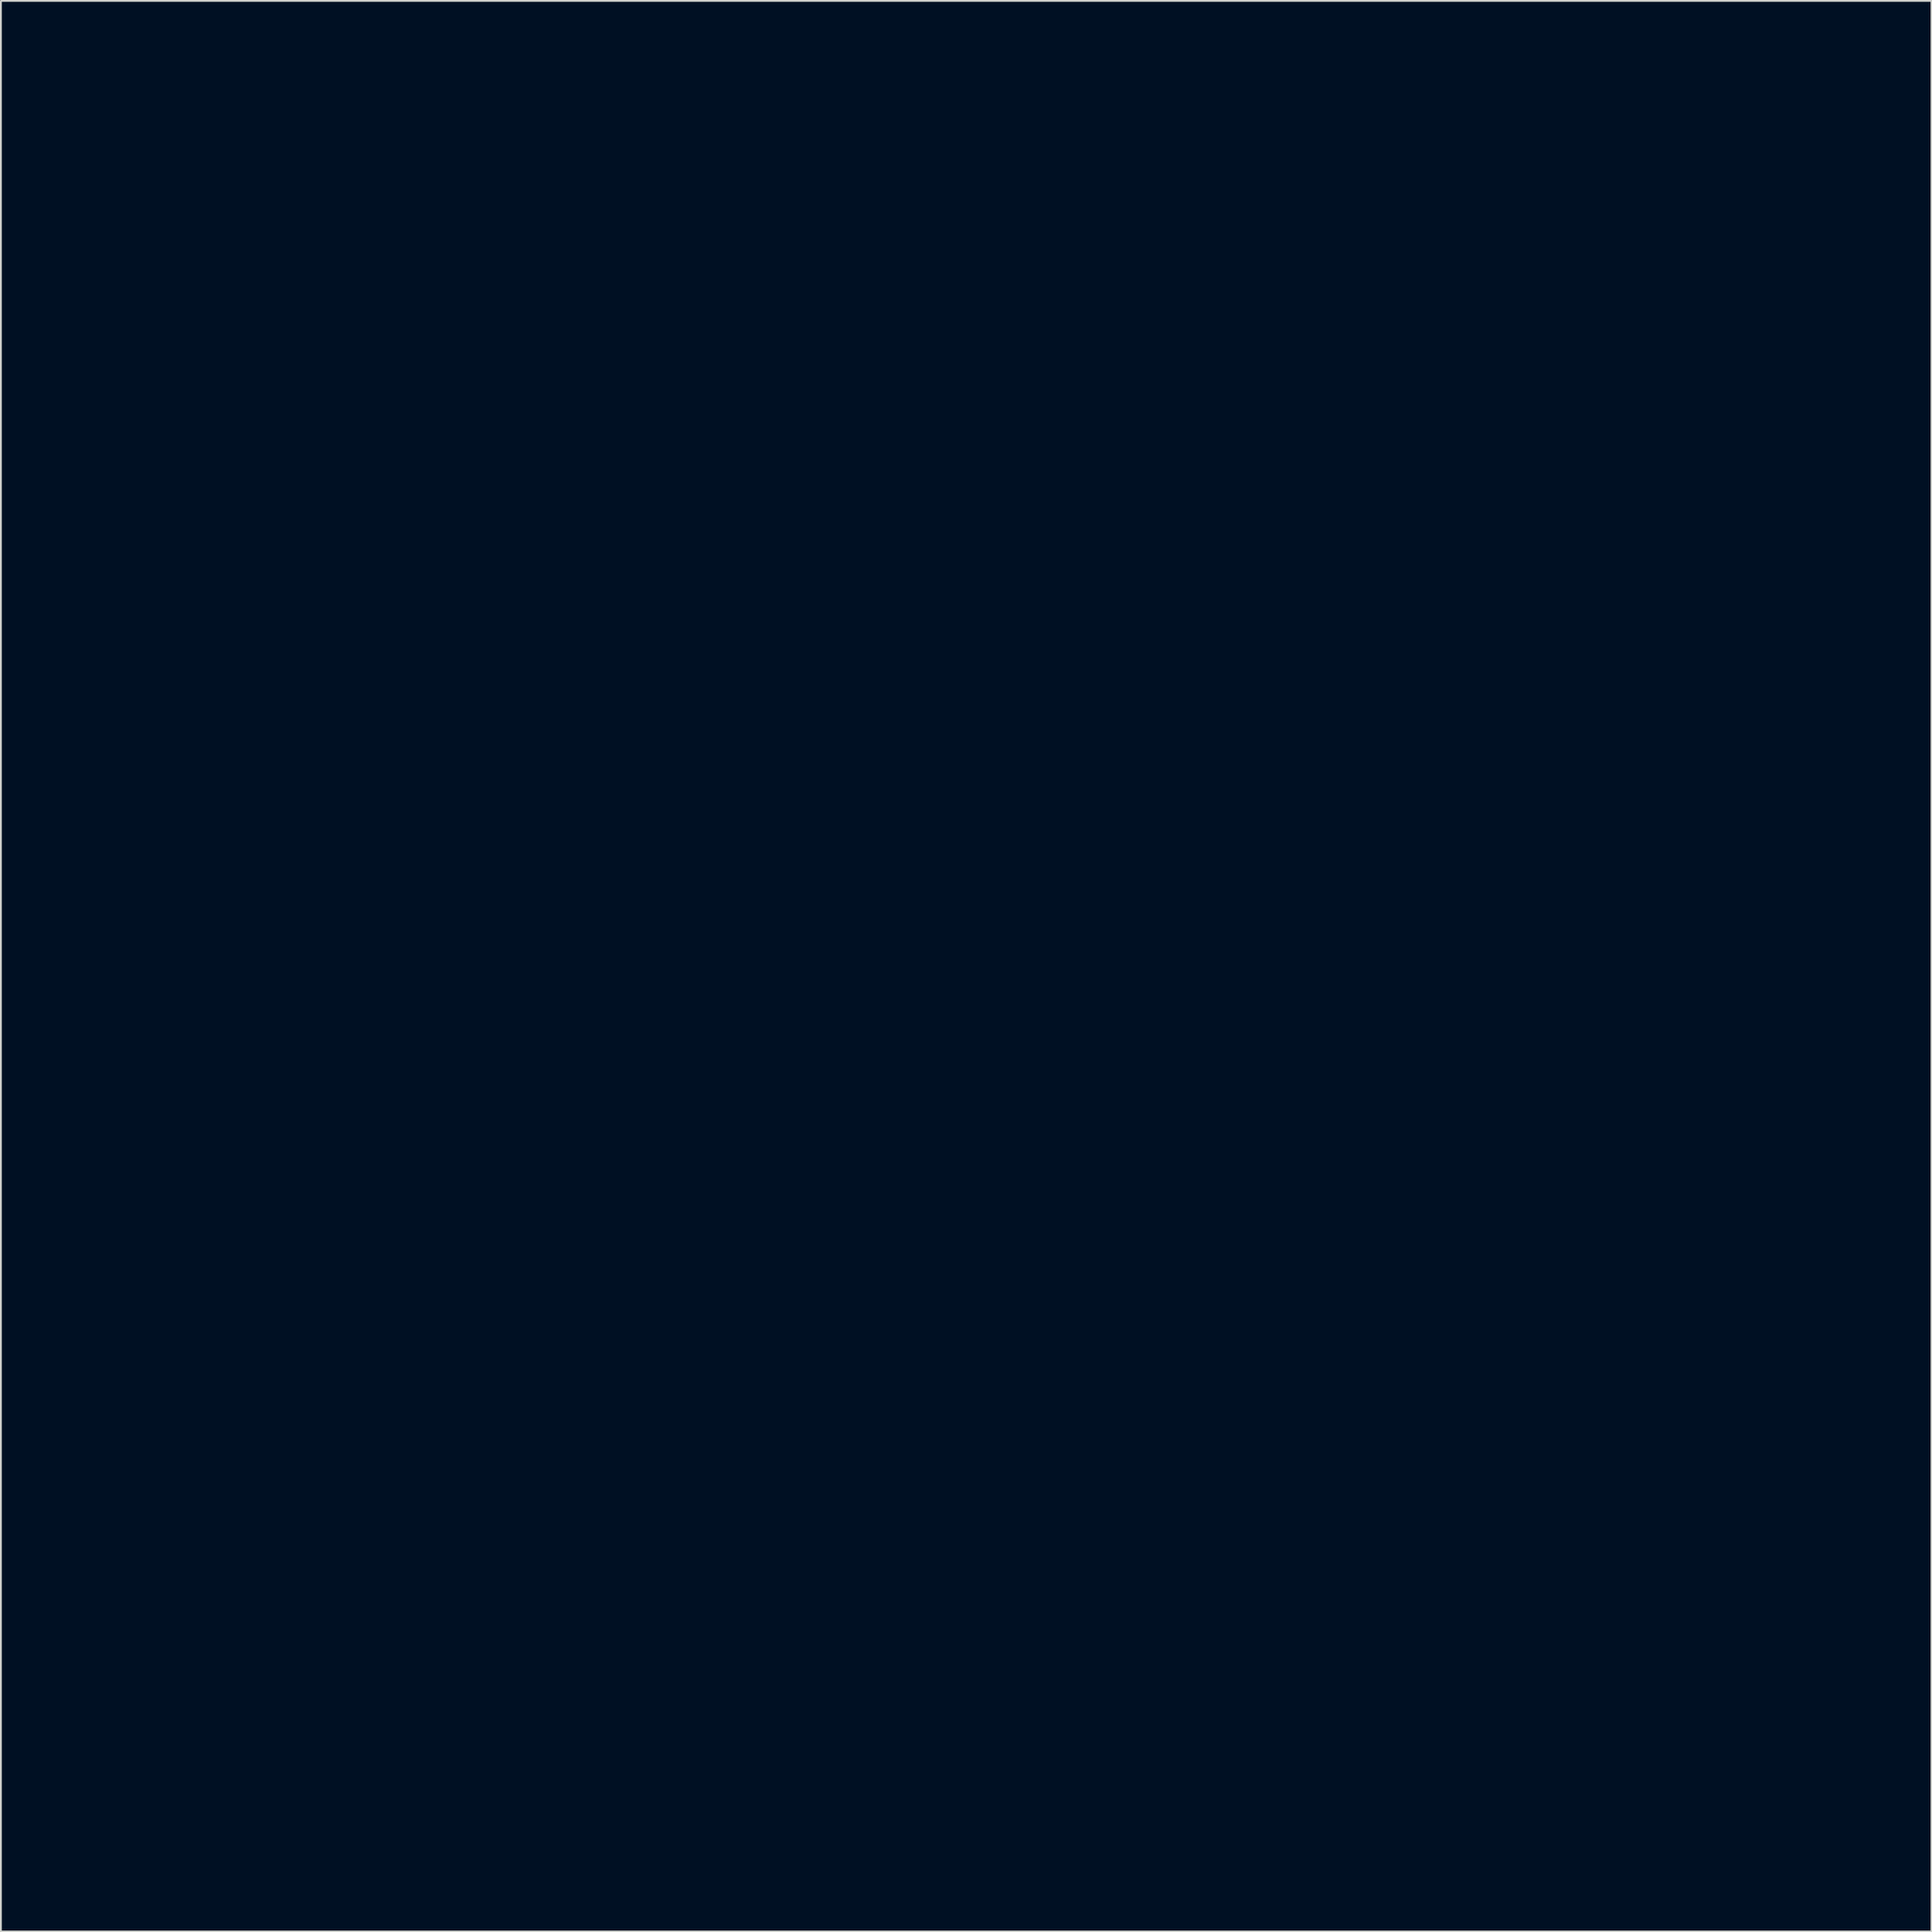
<source format=kicad_pcb>
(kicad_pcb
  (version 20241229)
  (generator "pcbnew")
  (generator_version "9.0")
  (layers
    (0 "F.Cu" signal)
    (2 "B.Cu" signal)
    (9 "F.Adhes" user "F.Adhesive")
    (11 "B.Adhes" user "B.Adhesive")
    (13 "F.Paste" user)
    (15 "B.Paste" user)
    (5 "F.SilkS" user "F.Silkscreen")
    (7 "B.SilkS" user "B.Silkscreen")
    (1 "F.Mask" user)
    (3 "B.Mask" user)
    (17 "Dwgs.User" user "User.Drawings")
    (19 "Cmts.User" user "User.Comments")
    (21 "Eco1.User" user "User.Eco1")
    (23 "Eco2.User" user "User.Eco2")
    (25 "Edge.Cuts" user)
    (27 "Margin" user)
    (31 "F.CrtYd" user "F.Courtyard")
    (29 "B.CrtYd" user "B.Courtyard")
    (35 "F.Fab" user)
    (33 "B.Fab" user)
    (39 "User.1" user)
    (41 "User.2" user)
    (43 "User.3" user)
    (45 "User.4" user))
  (footprint "mx2u_mask_b_fix_edit"
    (layer "F.Cu")
    (at 50.022 50.022)
    (property "Reference" "mx2u_mask_b_fix_edit" (at 0 0 0) (layer "B.Mask") (effects (font (size 1.524 1.524) (thickness 0.3))))
    (attr through_hole)
    (fp_poly (pts (xy -48.02 -48.02) (xy -50.017 -48.02) (xy -50.017 -50.017) (xy -48.02 -50.017) (xy -48.02 -48.02)) (stroke (width 0.01) (type solid)) (fill yes) (layer "B.Mask"))
    (fp_poly (pts (xy -48.02 50.017) (xy -50.017 50.017) (xy -50.017 48.02) (xy -48.02 48.02) (xy -48.02 50.017)) (stroke (width 0.01) (type solid)) (fill yes) (layer "B.Mask"))
    (fp_poly (pts (xy 30.025 28.913) (xy 29.267 28.913) (xy 29.28 24.402) (xy 30.012 24.402) (xy 30.025 28.913)) (stroke (width 0.01) (type solid)) (fill yes) (layer "B.Mask"))
    (fp_poly (pts (xy 50.017 -48.02) (xy 48.02 -48.02) (xy 48.02 -50.017) (xy 50.017 -50.017) (xy 50.017 -48.02)) (stroke (width 0.01) (type solid)) (fill yes) (layer "B.Mask"))
    (fp_poly (pts (xy 50.017 50.017) (xy 48.02 50.017) (xy 48.02 48.02) (xy 50.017 48.02) (xy 50.017 50.017)) (stroke (width 0.01) (type solid)) (fill yes) (layer "B.Mask"))
    (fp_poly (pts (xy -7.781 -5.503) (xy -7.765 -5.396) (xy -7.754 -5.253) (xy -7.748 -5.088) (xy -7.748 -4.916) (xy -7.753 -4.752) (xy -7.763 -4.608) (xy -7.779 -4.499) (xy -7.78 -4.492) (xy -7.813 -4.347) (xy -12.204 -4.347) (xy -12.236 -4.492) (xy -12.252 -4.598) (xy -12.263 -4.74) (xy -12.268 -4.904) (xy -12.268 -5.075) (xy -12.263 -5.241) (xy -12.253 -5.386) (xy -12.237 -5.497) (xy -12.235 -5.503) (xy -12.2 -5.661) (xy -7.816 -5.661) (xy -7.781 -5.503)) (stroke (width 0.01) (type solid)) (fill yes) (layer "B.Mask"))
    (fp_poly (pts (xy -14.906 1.606) (xy -14.839 1.617) (xy -14.738 1.635) (xy -14.611 1.659) (xy -14.465 1.686) (xy -14.308 1.715) (xy -14.149 1.745) (xy -13.994 1.775) (xy -13.852 1.802) (xy -13.73 1.826) (xy -13.636 1.845) (xy -13.578 1.858) (xy -13.576 1.858) (xy -13.538 1.879) (xy -13.549 1.91) (xy -13.608 1.951) (xy -13.705 1.998) (xy -13.833 2.037) (xy -13.985 2.061) (xy -14.142 2.068) (xy -14.288 2.057) (xy -14.404 2.028) (xy -14.406 2.027) (xy -14.61 1.922) (xy -14.781 1.784) (xy -14.832 1.73) (xy -14.885 1.667) (xy -14.921 1.621) (xy -14.931 1.603) (xy -14.906 1.606)) (stroke (width 0.01) (type solid)) (fill yes) (layer "B.Mask"))
    (fp_poly (pts (xy -17.81 -20.738) (xy -17.74 -20.73) (xy -17.63 -20.715) (xy -17.487 -20.695) (xy -17.315 -20.671) (xy -17.12 -20.644) (xy -16.906 -20.613) (xy -16.833 -20.603) (xy -15.837 -20.459) (xy -15.744 -20.086) (xy -15.708 -19.942) (xy -15.685 -19.84) (xy -15.673 -19.774) (xy -15.672 -19.735) (xy -15.68 -19.719) (xy -15.692 -19.716) (xy -15.725 -19.72) (xy -15.803 -19.731) (xy -15.919 -19.747) (xy -16.069 -19.769) (xy -16.246 -19.794) (xy -16.445 -19.822) (xy -16.659 -19.853) (xy -16.71 -19.861) (xy -17.687 -20.002) (xy -17.741 -20.208) (xy -17.765 -20.307) (xy -17.789 -20.417) (xy -17.81 -20.527) (xy -17.826 -20.625) (xy -17.836 -20.699) (xy -17.836 -20.738) (xy -17.835 -20.741) (xy -17.81 -20.738)) (stroke (width 0.01) (type solid)) (fill yes) (layer "B.Mask"))
    (fp_poly (pts (xy -14.517 -20.264) (xy -14.411 -20.252) (xy -14.275 -20.236) (xy -14.114 -20.214) (xy -13.935 -20.19) (xy -13.901 -20.185) (xy -13.682 -20.153) (xy -13.51 -20.127) (xy -13.381 -20.105) (xy -13.291 -20.087) (xy -13.238 -20.072) (xy -13.217 -20.06) (xy -13.218 -20.055) (xy -13.252 -20.027) (xy -13.316 -19.986) (xy -13.376 -19.952) (xy -13.441 -19.919) (xy -13.501 -19.897) (xy -13.569 -19.883) (xy -13.661 -19.875) (xy -13.787 -19.87) (xy -13.909 -19.867) (xy -13.996 -19.867) (xy -14.061 -19.875) (xy -14.12 -19.893) (xy -14.186 -19.922) (xy -14.247 -19.953) (xy -14.34 -20.007) (xy -14.432 -20.073) (xy -14.514 -20.143) (xy -14.575 -20.208) (xy -14.606 -20.259) (xy -14.608 -20.269) (xy -14.584 -20.27) (xy -14.517 -20.264)) (stroke (width 0.01) (type solid)) (fill yes) (layer "B.Mask"))
    (fp_poly (pts (xy 28.534 26.638) (xy 28.534 26.99) (xy 28.533 27.315) (xy 28.531 27.611) (xy 28.53 27.874) (xy 28.527 28.104) (xy 28.525 28.296) (xy 28.521 28.447) (xy 28.518 28.556) (xy 28.514 28.619) (xy 28.511 28.635) (xy 28.482 28.621) (xy 28.423 28.582) (xy 28.343 28.526) (xy 28.29 28.487) (xy 28.057 28.293) (xy 27.872 28.097) (xy 27.83 28.044) (xy 27.818 28.027) (xy 27.808 28.009) (xy 27.8 27.984) (xy 27.793 27.949) (xy 27.788 27.9) (xy 27.783 27.832) (xy 27.78 27.741) (xy 27.778 27.623) (xy 27.777 27.473) (xy 27.776 27.287) (xy 27.776 27.062) (xy 27.776 26.792) (xy 27.776 26.65) (xy 27.776 25.328) (xy 27.913 25.161) (xy 28.107 24.955) (xy 28.326 24.775) (xy 28.427 24.708) (xy 28.534 24.641) (xy 28.534 26.638)) (stroke (width 0.01) (type solid)) (fill yes) (layer "B.Mask"))
    (fp_poly (pts (xy -15.282 6.703) (xy -15.204 6.717) (xy -15.091 6.738) (xy -14.949 6.766) (xy -14.784 6.799) (xy -14.604 6.835) (xy -14.415 6.874) (xy -14.224 6.914) (xy -14.036 6.953) (xy -13.859 6.99) (xy -13.699 7.024) (xy -13.563 7.054) (xy -13.457 7.078) (xy -13.387 7.095) (xy -13.361 7.103) (xy -13.367 7.129) (xy -13.398 7.189) (xy -13.448 7.275) (xy -13.514 7.38) (xy -13.551 7.435) (xy -13.761 7.748) (xy -14.76 7.544) (xy -14.977 7.499) (xy -15.177 7.457) (xy -15.356 7.418) (xy -15.508 7.384) (xy -15.628 7.356) (xy -15.711 7.335) (xy -15.751 7.322) (xy -15.754 7.32) (xy -15.737 7.283) (xy -15.697 7.217) (xy -15.641 7.13) (xy -15.575 7.033) (xy -15.506 6.934) (xy -15.439 6.842) (xy -15.381 6.766) (xy -15.339 6.715) (xy -15.319 6.698) (xy -15.282 6.703)) (stroke (width 0.01) (type solid)) (fill yes) (layer "B.Mask"))
    (fp_poly (pts (xy 30.865 24.708) (xy 31.09 24.871) (xy 31.298 25.068) (xy 31.379 25.161) (xy 31.516 25.328) (xy 31.516 26.65) (xy 31.516 26.944) (xy 31.517 27.193) (xy 31.517 27.4) (xy 31.515 27.57) (xy 31.512 27.707) (xy 31.507 27.817) (xy 31.498 27.903) (xy 31.487 27.969) (xy 31.471 28.022) (xy 31.45 28.064) (xy 31.423 28.101) (xy 31.391 28.137) (xy 31.352 28.177) (xy 31.306 28.224) (xy 31.304 28.228) (xy 31.245 28.284) (xy 31.166 28.353) (xy 31.076 28.428) (xy 30.983 28.501) (xy 30.898 28.564) (xy 30.829 28.611) (xy 30.787 28.634) (xy 30.781 28.635) (xy 30.777 28.61) (xy 30.773 28.538) (xy 30.77 28.42) (xy 30.767 28.26) (xy 30.764 28.06) (xy 30.762 27.824) (xy 30.76 27.553) (xy 30.759 27.251) (xy 30.758 26.921) (xy 30.758 26.638) (xy 30.758 24.641) (xy 30.865 24.708)) (stroke (width 0.01) (type solid)) (fill yes) (layer "B.Mask"))
    (fp_poly (pts (xy -12.852 4.628) (xy -12.633 4.671) (xy -12.431 4.711) (xy -12.25 4.747) (xy -12.095 4.779) (xy -11.972 4.804) (xy -11.886 4.822) (xy -11.843 4.832) (xy -11.838 4.834) (xy -11.848 4.857) (xy -11.881 4.913) (xy -11.931 4.992) (xy -11.993 5.087) (xy -12.061 5.187) (xy -12.128 5.285) (xy -12.189 5.372) (xy -12.238 5.439) (xy -12.27 5.476) (xy -12.277 5.482) (xy -12.305 5.476) (xy -12.377 5.462) (xy -12.488 5.44) (xy -12.633 5.412) (xy -12.805 5.378) (xy -13 5.339) (xy -13.211 5.297) (xy -13.275 5.284) (xy -13.49 5.241) (xy -13.689 5.201) (xy -13.867 5.164) (xy -14.019 5.133) (xy -14.138 5.107) (xy -14.221 5.089) (xy -14.26 5.079) (xy -14.263 5.078) (xy -14.253 5.055) (xy -14.22 4.996) (xy -14.168 4.911) (xy -14.101 4.806) (xy -14.064 4.749) (xy -13.856 4.43) (xy -12.852 4.628)) (stroke (width 0.01) (type solid)) (fill yes) (layer "B.Mask"))
    (fp_poly (pts (xy -12.152 2.134) (xy -12.088 2.146) (xy -11.983 2.166) (xy -11.842 2.194) (xy -11.673 2.226) (xy -11.484 2.263) (xy -11.281 2.302) (xy -11.154 2.326) (xy -10.316 2.488) (xy -10.392 2.637) (xy -10.445 2.736) (xy -10.513 2.851) (xy -10.581 2.958) (xy -10.583 2.961) (xy -10.642 3.047) (xy -10.685 3.099) (xy -10.722 3.124) (xy -10.761 3.131) (xy -10.777 3.131) (xy -10.819 3.126) (xy -10.904 3.111) (xy -11.028 3.089) (xy -11.182 3.061) (xy -11.362 3.027) (xy -11.561 2.989) (xy -11.774 2.947) (xy -11.784 2.945) (xy -11.994 2.903) (xy -12.188 2.865) (xy -12.36 2.83) (xy -12.506 2.8) (xy -12.619 2.776) (xy -12.693 2.759) (xy -12.725 2.751) (xy -12.725 2.751) (xy -12.716 2.727) (xy -12.683 2.669) (xy -12.63 2.584) (xy -12.563 2.48) (xy -12.524 2.421) (xy -12.311 2.103) (xy -12.152 2.134)) (stroke (width 0.01) (type solid)) (fill yes) (layer "B.Mask"))
    (fp_poly (pts (xy -16.027 7.846) (xy -15.988 7.854) (xy -15.905 7.87) (xy -15.784 7.893) (xy -15.631 7.923) (xy -15.452 7.956) (xy -15.254 7.994) (xy -15.041 8.034) (xy -15.028 8.037) (xy -14.818 8.077) (xy -14.623 8.114) (xy -14.451 8.148) (xy -14.305 8.177) (xy -14.191 8.2) (xy -14.116 8.216) (xy -14.085 8.224) (xy -14.084 8.224) (xy -14.092 8.249) (xy -14.124 8.306) (xy -14.175 8.386) (xy -14.238 8.48) (xy -14.307 8.579) (xy -14.377 8.675) (xy -14.44 8.76) (xy -14.492 8.824) (xy -14.525 8.858) (xy -14.532 8.862) (xy -14.566 8.858) (xy -14.643 8.846) (xy -14.756 8.826) (xy -14.9 8.8) (xy -15.067 8.769) (xy -15.251 8.735) (xy -15.316 8.722) (xy -16.061 8.579) (xy -16.105 8.453) (xy -16.144 8.259) (xy -16.138 8.048) (xy -16.122 7.961) (xy -16.104 7.886) (xy -16.086 7.85) (xy -16.059 7.841) (xy -16.027 7.846)) (stroke (width 0.01) (type solid)) (fill yes) (layer "B.Mask"))
    (fp_poly (pts (xy -0.164 4.057) (xy 0.152 4.117) (xy 0.457 4.225) (xy 0.699 4.351) (xy 0.848 4.452) (xy 1 4.574) (xy 1.142 4.706) (xy 1.26 4.835) (xy 1.308 4.898) (xy 1.415 5.052) (xy 1.207 5.115) (xy 0.939 5.196) (xy 0.715 5.263) (xy 0.529 5.318) (xy 0.378 5.363) (xy 0.255 5.397) (xy 0.156 5.424) (xy 0.077 5.443) (xy 0.011 5.456) (xy -0.045 5.465) (xy -0.096 5.471) (xy -0.147 5.474) (xy -0.19 5.476) (xy -0.305 5.479) (xy -0.386 5.475) (xy -0.447 5.463) (xy -0.502 5.439) (xy -0.518 5.431) (xy -0.687 5.317) (xy -0.842 5.163) (xy -0.987 4.966) (xy -1.11 4.753) (xy -1.163 4.645) (xy -1.214 4.53) (xy -1.26 4.419) (xy -1.294 4.325) (xy -1.312 4.26) (xy -1.314 4.244) (xy -1.292 4.227) (xy -1.234 4.201) (xy -1.156 4.172) (xy -0.82 4.085) (xy -0.489 4.046) (xy -0.164 4.057)) (stroke (width 0.01) (type solid)) (fill yes) (layer "B.Mask"))
    (fp_poly (pts (xy -14.599 5.599) (xy -14.532 5.611) (xy -14.428 5.631) (xy -14.294 5.657) (xy -14.136 5.687) (xy -13.96 5.721) (xy -13.774 5.757) (xy -13.584 5.795) (xy -13.395 5.832) (xy -13.215 5.867) (xy -13.05 5.9) (xy -12.907 5.928) (xy -12.791 5.951) (xy -12.72 5.966) (xy -12.588 5.993) (xy -12.806 6.32) (xy -12.882 6.432) (xy -12.948 6.527) (xy -12.999 6.598) (xy -13.031 6.638) (xy -13.039 6.644) (xy -13.066 6.639) (xy -13.138 6.625) (xy -13.248 6.603) (xy -13.392 6.574) (xy -13.563 6.54) (xy -13.758 6.502) (xy -13.969 6.46) (xy -14.033 6.447) (xy -14.248 6.404) (xy -14.448 6.363) (xy -14.627 6.326) (xy -14.779 6.294) (xy -14.9 6.268) (xy -14.983 6.249) (xy -15.024 6.238) (xy -15.027 6.237) (xy -15.017 6.213) (xy -14.986 6.157) (xy -14.937 6.076) (xy -14.878 5.979) (xy -14.812 5.876) (xy -14.747 5.775) (xy -14.687 5.684) (xy -14.638 5.614) (xy -14.623 5.595) (xy -14.599 5.599)) (stroke (width 0.01) (type solid)) (fill yes) (layer "B.Mask"))
    (fp_poly (pts (xy -17.149 -18.038) (xy -17.079 -18.031) (xy -16.973 -18.019) (xy -16.835 -18.002) (xy -16.674 -17.981) (xy -16.496 -17.958) (xy -16.307 -17.934) (xy -16.114 -17.908) (xy -15.923 -17.882) (xy -15.741 -17.857) (xy -15.574 -17.834) (xy -15.43 -17.813) (xy -15.314 -17.796) (xy -15.234 -17.783) (xy -15.201 -17.776) (xy -15.179 -17.765) (xy -15.158 -17.736) (xy -15.136 -17.683) (xy -15.11 -17.598) (xy -15.078 -17.474) (xy -15.059 -17.399) (xy -14.969 -17.034) (xy -15.047 -17.037) (xy -15.09 -17.042) (xy -15.176 -17.052) (xy -15.301 -17.068) (xy -15.456 -17.09) (xy -15.638 -17.114) (xy -15.838 -17.143) (xy -16.052 -17.173) (xy -16.056 -17.174) (xy -16.267 -17.204) (xy -16.461 -17.232) (xy -16.634 -17.258) (xy -16.779 -17.28) (xy -16.892 -17.298) (xy -16.965 -17.31) (xy -16.995 -17.316) (xy -16.996 -17.316) (xy -17.008 -17.345) (xy -17.028 -17.412) (xy -17.053 -17.506) (xy -17.082 -17.616) (xy -17.111 -17.732) (xy -17.138 -17.843) (xy -17.159 -17.938) (xy -17.173 -18.006) (xy -17.176 -18.038) (xy -17.176 -18.039) (xy -17.149 -18.038)) (stroke (width 0.01) (type solid)) (fill yes) (layer "B.Mask"))
    (fp_poly (pts (xy -16.141 -14.116) (xy -16.104 -14.11) (xy -16.023 -14.097) (xy -15.904 -14.08) (xy -15.753 -14.057) (xy -15.577 -14.032) (xy -15.38 -14.004) (xy -15.189 -13.976) (xy -14.98 -13.946) (xy -14.785 -13.918) (xy -14.61 -13.893) (xy -14.462 -13.871) (xy -14.345 -13.854) (xy -14.268 -13.842) (xy -14.235 -13.836) (xy -14.2 -13.821) (xy -14.183 -13.786) (xy -14.179 -13.716) (xy -14.179 -13.711) (xy -14.189 -13.614) (xy -14.218 -13.505) (xy -14.261 -13.395) (xy -14.311 -13.293) (xy -14.364 -13.21) (xy -14.415 -13.158) (xy -14.451 -13.145) (xy -14.486 -13.149) (xy -14.565 -13.16) (xy -14.68 -13.177) (xy -14.825 -13.198) (xy -14.993 -13.223) (xy -15.177 -13.251) (xy -15.215 -13.257) (xy -15.4 -13.285) (xy -15.569 -13.311) (xy -15.714 -13.333) (xy -15.831 -13.35) (xy -15.912 -13.362) (xy -15.951 -13.368) (xy -15.954 -13.368) (xy -15.979 -13.394) (xy -16.012 -13.467) (xy -16.051 -13.583) (xy -16.096 -13.74) (xy -16.123 -13.842) (xy -16.153 -13.964) (xy -16.172 -14.045) (xy -16.179 -14.092) (xy -16.175 -14.114) (xy -16.161 -14.119) (xy -16.141 -14.116)) (stroke (width 0.01) (type solid)) (fill yes) (layer "B.Mask"))
    (fp_poly (pts (xy -13.057 3.272) (xy -12.989 3.285) (xy -12.884 3.304) (xy -12.749 3.33) (xy -12.589 3.361) (xy -12.413 3.396) (xy -12.225 3.433) (xy -12.032 3.472) (xy -11.841 3.511) (xy -11.658 3.548) (xy -11.49 3.582) (xy -11.342 3.613) (xy -11.221 3.638) (xy -11.134 3.657) (xy -11.087 3.669) (xy -11.081 3.671) (xy -11.089 3.696) (xy -11.119 3.753) (xy -11.167 3.834) (xy -11.226 3.93) (xy -11.291 4.032) (xy -11.355 4.13) (xy -11.414 4.216) (xy -11.461 4.281) (xy -11.49 4.316) (xy -11.496 4.319) (xy -11.523 4.314) (xy -11.595 4.3) (xy -11.706 4.278) (xy -11.85 4.249) (xy -12.021 4.215) (xy -12.216 4.176) (xy -12.428 4.134) (xy -12.491 4.122) (xy -12.707 4.078) (xy -12.907 4.038) (xy -13.085 4.001) (xy -13.238 3.969) (xy -13.358 3.943) (xy -13.441 3.924) (xy -13.482 3.913) (xy -13.485 3.912) (xy -13.476 3.888) (xy -13.444 3.831) (xy -13.396 3.75) (xy -13.336 3.653) (xy -13.27 3.549) (xy -13.204 3.447) (xy -13.143 3.356) (xy -13.092 3.284) (xy -13.082 3.269) (xy -13.057 3.272)) (stroke (width 0.01) (type solid)) (fill yes) (layer "B.Mask"))
    (fp_poly (pts (xy -16.459 -15.413) (xy -16.381 -15.403) (xy -16.267 -15.388) (xy -16.124 -15.369) (xy -15.959 -15.346) (xy -15.777 -15.32) (xy -15.586 -15.293) (xy -15.391 -15.265) (xy -15.2 -15.237) (xy -15.019 -15.211) (xy -14.854 -15.187) (xy -14.712 -15.165) (xy -14.6 -15.148) (xy -14.524 -15.136) (xy -14.489 -15.129) (xy -14.488 -15.129) (xy -14.477 -15.1) (xy -14.458 -15.034) (xy -14.433 -14.94) (xy -14.405 -14.829) (xy -14.376 -14.713) (xy -14.349 -14.603) (xy -14.328 -14.508) (xy -14.314 -14.439) (xy -14.31 -14.409) (xy -14.31 -14.409) (xy -14.336 -14.408) (xy -14.406 -14.415) (xy -14.516 -14.427) (xy -14.66 -14.445) (xy -14.832 -14.467) (xy -15.027 -14.493) (xy -15.24 -14.522) (xy -15.308 -14.532) (xy -15.527 -14.563) (xy -15.73 -14.593) (xy -15.912 -14.621) (xy -16.067 -14.646) (xy -16.19 -14.667) (xy -16.276 -14.684) (xy -16.319 -14.695) (xy -16.323 -14.697) (xy -16.341 -14.733) (xy -16.365 -14.804) (xy -16.392 -14.899) (xy -16.421 -15.009) (xy -16.449 -15.124) (xy -16.472 -15.232) (xy -16.49 -15.323) (xy -16.499 -15.388) (xy -16.496 -15.416) (xy -16.495 -15.417) (xy -16.459 -15.413)) (stroke (width 0.01) (type solid)) (fill yes) (layer "B.Mask"))
    (fp_poly (pts (xy -15.114 -23.047) (xy -14.882 -23.016) (xy -14.665 -22.986) (xy -14.467 -22.958) (xy -14.294 -22.934) (xy -14.151 -22.914) (xy -14.045 -22.899) (xy -13.979 -22.889) (xy -13.961 -22.886) (xy -13.911 -22.86) (xy -13.837 -22.803) (xy -13.748 -22.725) (xy -13.653 -22.633) (xy -13.561 -22.536) (xy -13.48 -22.442) (xy -13.435 -22.383) (xy -13.363 -22.277) (xy -13.307 -22.186) (xy -13.27 -22.116) (xy -13.256 -22.074) (xy -13.262 -22.066) (xy -13.289 -22.07) (xy -13.363 -22.08) (xy -13.479 -22.096) (xy -13.632 -22.117) (xy -13.82 -22.143) (xy -14.038 -22.173) (xy -14.281 -22.207) (xy -14.546 -22.244) (xy -14.829 -22.283) (xy -15.063 -22.315) (xy -15.359 -22.356) (xy -15.64 -22.396) (xy -15.904 -22.433) (xy -16.145 -22.467) (xy -16.361 -22.498) (xy -16.546 -22.525) (xy -16.696 -22.547) (xy -16.808 -22.564) (xy -16.877 -22.575) (xy -16.898 -22.579) (xy -16.956 -22.611) (xy -16.999 -22.648) (xy -17.028 -22.684) (xy -17.027 -22.711) (xy -16.993 -22.745) (xy -16.971 -22.764) (xy -16.844 -22.86) (xy -16.691 -22.959) (xy -16.534 -23.051) (xy -16.392 -23.121) (xy -16.384 -23.124) (xy -16.213 -23.197) (xy -15.114 -23.047)) (stroke (width 0.01) (type solid)) (fill yes) (layer "B.Mask"))
    (fp_poly (pts (xy -16.772 -16.702) (xy -16.691 -16.692) (xy -16.575 -16.677) (xy -16.43 -16.658) (xy -16.263 -16.635) (xy -16.081 -16.609) (xy -15.89 -16.582) (xy -15.696 -16.554) (xy -15.506 -16.526) (xy -15.327 -16.5) (xy -15.165 -16.476) (xy -15.026 -16.455) (xy -14.918 -16.438) (xy -14.847 -16.426) (xy -14.819 -16.42) (xy -14.819 -16.42) (xy -14.809 -16.393) (xy -14.79 -16.327) (xy -14.764 -16.235) (xy -14.735 -16.126) (xy -14.705 -16.011) (xy -14.677 -15.901) (xy -14.654 -15.808) (xy -14.639 -15.741) (xy -14.634 -15.714) (xy -14.639 -15.706) (xy -14.655 -15.701) (xy -14.689 -15.7) (xy -14.743 -15.703) (xy -14.823 -15.711) (xy -14.931 -15.724) (xy -15.073 -15.742) (xy -15.253 -15.767) (xy -15.475 -15.798) (xy -15.714 -15.832) (xy -15.924 -15.863) (xy -16.118 -15.892) (xy -16.29 -15.919) (xy -16.436 -15.943) (xy -16.548 -15.963) (xy -16.622 -15.978) (xy -16.652 -15.987) (xy -16.652 -15.987) (xy -16.666 -16.019) (xy -16.689 -16.091) (xy -16.719 -16.192) (xy -16.752 -16.314) (xy -16.764 -16.358) (xy -16.799 -16.496) (xy -16.821 -16.592) (xy -16.832 -16.654) (xy -16.832 -16.689) (xy -16.823 -16.703) (xy -16.811 -16.706) (xy -16.772 -16.702)) (stroke (width 0.01) (type solid)) (fill yes) (layer "B.Mask"))
    (fp_poly (pts (xy 17.986 7.611) (xy 18.069 7.614) (xy 18.197 7.617) (xy 18.364 7.62) (xy 18.567 7.622) (xy 18.798 7.624) (xy 19.053 7.625) (xy 19.327 7.627) (xy 19.613 7.628) (xy 19.908 7.628) (xy 19.966 7.628) (xy 21.622 7.628) (xy 21.703 7.788) (xy 21.743 7.878) (xy 21.783 7.983) (xy 21.82 8.094) (xy 21.851 8.198) (xy 21.871 8.285) (xy 21.878 8.344) (xy 21.874 8.362) (xy 21.846 8.365) (xy 21.772 8.368) (xy 21.656 8.371) (xy 21.504 8.374) (xy 21.32 8.376) (xy 21.108 8.378) (xy 20.874 8.379) (xy 20.621 8.38) (xy 20.355 8.381) (xy 20.08 8.381) (xy 19.8 8.381) (xy 19.521 8.381) (xy 19.246 8.38) (xy 18.982 8.379) (xy 18.731 8.377) (xy 18.499 8.376) (xy 18.29 8.373) (xy 18.11 8.371) (xy 17.962 8.368) (xy 17.851 8.364) (xy 17.807 8.362) (xy 17.67 8.354) (xy 17.552 8.346) (xy 17.462 8.34) (xy 17.408 8.334) (xy 17.397 8.332) (xy 17.397 8.302) (xy 17.412 8.236) (xy 17.438 8.145) (xy 17.472 8.041) (xy 17.51 7.934) (xy 17.549 7.836) (xy 17.577 7.772) (xy 17.662 7.595) (xy 17.986 7.611)) (stroke (width 0.01) (type solid)) (fill yes) (layer "B.Mask"))
    (fp_poly (pts (xy -17.501 -19.405) (xy -17.431 -19.398) (xy -17.325 -19.385) (xy -17.188 -19.368) (xy -17.027 -19.347) (xy -16.849 -19.324) (xy -16.66 -19.299) (xy -16.467 -19.273) (xy -16.276 -19.246) (xy -16.095 -19.221) (xy -15.928 -19.198) (xy -15.784 -19.177) (xy -15.668 -19.16) (xy -15.587 -19.147) (xy -15.552 -19.14) (xy -15.528 -19.129) (xy -15.507 -19.101) (xy -15.485 -19.049) (xy -15.459 -18.965) (xy -15.427 -18.841) (xy -15.418 -18.808) (xy -15.388 -18.684) (xy -15.36 -18.575) (xy -15.339 -18.492) (xy -15.327 -18.446) (xy -15.326 -18.443) (xy -15.322 -18.429) (xy -15.325 -18.417) (xy -15.339 -18.409) (xy -15.367 -18.406) (xy -15.415 -18.407) (xy -15.486 -18.413) (xy -15.584 -18.424) (xy -15.714 -18.44) (xy -15.88 -18.463) (xy -16.087 -18.492) (xy -16.339 -18.528) (xy -16.41 -18.538) (xy -16.621 -18.569) (xy -16.815 -18.597) (xy -16.988 -18.623) (xy -17.133 -18.645) (xy -17.245 -18.662) (xy -17.318 -18.674) (xy -17.348 -18.681) (xy -17.348 -18.681) (xy -17.359 -18.71) (xy -17.378 -18.777) (xy -17.403 -18.871) (xy -17.432 -18.981) (xy -17.46 -19.097) (xy -17.487 -19.208) (xy -17.508 -19.303) (xy -17.523 -19.372) (xy -17.527 -19.405) (xy -17.527 -19.406) (xy -17.501 -19.405)) (stroke (width 0.01) (type solid)) (fill yes) (layer "B.Mask"))
    (fp_poly (pts (xy -3.838 -22.596) (xy -3.841 -22.525) (xy -3.852 -22.427) (xy -3.869 -22.313) (xy -3.889 -22.194) (xy -3.912 -22.082) (xy -3.935 -21.988) (xy -3.946 -21.951) (xy -4.006 -21.774) (xy -5.876 -21.427) (xy -6.177 -21.371) (xy -6.463 -21.318) (xy -6.732 -21.268) (xy -6.978 -21.223) (xy -7.198 -21.183) (xy -7.388 -21.148) (xy -7.545 -21.119) (xy -7.664 -21.098) (xy -7.741 -21.084) (xy -7.772 -21.079) (xy -7.773 -21.079) (xy -7.8 -21.097) (xy -7.847 -21.147) (xy -7.906 -21.218) (xy -7.92 -21.236) (xy -7.971 -21.309) (xy -8.029 -21.401) (xy -8.089 -21.503) (xy -8.145 -21.604) (xy -8.192 -21.696) (xy -8.225 -21.769) (xy -8.239 -21.813) (xy -8.237 -21.821) (xy -8.21 -21.827) (xy -8.139 -21.842) (xy -8.026 -21.864) (xy -7.876 -21.893) (xy -7.695 -21.927) (xy -7.485 -21.967) (xy -7.252 -22.01) (xy -6.999 -22.058) (xy -6.732 -22.107) (xy -6.454 -22.159) (xy -6.17 -22.211) (xy -5.883 -22.264) (xy -5.599 -22.316) (xy -5.322 -22.367) (xy -5.056 -22.415) (xy -4.805 -22.461) (xy -4.574 -22.503) (xy -4.367 -22.54) (xy -4.188 -22.572) (xy -4.042 -22.597) (xy -3.933 -22.616) (xy -3.865 -22.627) (xy -3.843 -22.629) (xy -3.838 -22.596)) (stroke (width 0.01) (type solid)) (fill yes) (layer "B.Mask"))
    (fp_poly (pts (xy -27.054 10.136) (xy -27.051 10.138) (xy -27.01 10.185) (xy -26.957 10.261) (xy -26.899 10.357) (xy -26.84 10.463) (xy -26.785 10.57) (xy -26.74 10.668) (xy -26.709 10.747) (xy -26.697 10.799) (xy -26.7 10.811) (xy -26.729 10.821) (xy -26.804 10.839) (xy -26.916 10.864) (xy -27.062 10.894) (xy -27.236 10.929) (xy -27.433 10.967) (xy -27.646 11.008) (xy -27.87 11.051) (xy -28.1 11.094) (xy -28.331 11.136) (xy -28.557 11.177) (xy -28.771 11.214) (xy -28.97 11.249) (xy -29.027 11.258) (xy -29.279 11.299) (xy -29.535 11.34) (xy -29.788 11.38) (xy -30.032 11.417) (xy -30.263 11.452) (xy -30.474 11.482) (xy -30.659 11.508) (xy -30.814 11.528) (xy -30.932 11.542) (xy -31.008 11.549) (xy -31.025 11.55) (xy -31.094 11.55) (xy -31.076 11.361) (xy -31.063 11.254) (xy -31.042 11.135) (xy -31.017 11.017) (xy -30.991 10.912) (xy -30.965 10.833) (xy -30.944 10.791) (xy -30.943 10.791) (xy -30.912 10.78) (xy -30.84 10.765) (xy -30.736 10.746) (xy -30.61 10.726) (xy -30.543 10.717) (xy -30.028 10.64) (xy -29.486 10.554) (xy -28.934 10.461) (xy -28.389 10.364) (xy -27.866 10.266) (xy -27.525 10.199) (xy -27.355 10.165) (xy -27.229 10.143) (xy -27.14 10.131) (xy -27.083 10.129) (xy -27.054 10.136)) (stroke (width 0.01) (type solid)) (fill yes) (layer "B.Mask"))
    (fp_poly (pts (xy 17.522 9.231) (xy 17.625 9.235) (xy 17.751 9.244) (xy 17.824 9.25) (xy 17.951 9.258) (xy 18.122 9.265) (xy 18.33 9.272) (xy 18.57 9.278) (xy 18.833 9.284) (xy 19.115 9.288) (xy 19.408 9.292) (xy 19.706 9.294) (xy 20.001 9.296) (xy 20.289 9.296) (xy 20.561 9.296) (xy 20.813 9.294) (xy 21.036 9.291) (xy 21.224 9.286) (xy 21.372 9.28) (xy 21.405 9.278) (xy 21.549 9.27) (xy 21.674 9.264) (xy 21.773 9.26) (xy 21.836 9.26) (xy 21.856 9.261) (xy 21.859 9.296) (xy 21.842 9.365) (xy 21.812 9.46) (xy 21.77 9.57) (xy 21.722 9.685) (xy 21.671 9.796) (xy 21.622 9.893) (xy 21.578 9.965) (xy 21.564 9.983) (xy 21.512 10.046) (xy 20.013 10.05) (xy 19.728 10.05) (xy 19.448 10.05) (xy 19.179 10.048) (xy 18.925 10.046) (xy 18.694 10.044) (xy 18.492 10.041) (xy 18.324 10.037) (xy 18.196 10.033) (xy 18.134 10.03) (xy 17.999 10.021) (xy 17.881 10.013) (xy 17.79 10.005) (xy 17.735 9.998) (xy 17.724 9.996) (xy 17.694 9.966) (xy 17.653 9.899) (xy 17.607 9.806) (xy 17.558 9.695) (xy 17.51 9.578) (xy 17.469 9.464) (xy 17.437 9.362) (xy 17.419 9.284) (xy 17.419 9.239) (xy 17.422 9.234) (xy 17.451 9.23) (xy 17.522 9.231)) (stroke (width 0.01) (type solid)) (fill yes) (layer "B.Mask"))
    (fp_poly (pts (xy -26.543 11.713) (xy -26.542 11.74) (xy -26.548 11.805) (xy -26.558 11.896) (xy -26.563 11.929) (xy -26.585 12.064) (xy -26.615 12.197) (xy -26.648 12.317) (xy -26.681 12.411) (xy -26.712 12.47) (xy -26.721 12.48) (xy -26.755 12.493) (xy -26.833 12.514) (xy -26.95 12.541) (xy -27.099 12.574) (xy -27.274 12.611) (xy -27.47 12.651) (xy -27.681 12.693) (xy -27.902 12.736) (xy -28.126 12.779) (xy -28.347 12.82) (xy -28.561 12.858) (xy -28.736 12.888) (xy -28.877 12.911) (xy -29.043 12.938) (xy -29.226 12.966) (xy -29.419 12.995) (xy -29.615 13.025) (xy -29.807 13.053) (xy -29.988 13.079) (xy -30.151 13.102) (xy -30.289 13.12) (xy -30.394 13.134) (xy -30.461 13.141) (xy -30.477 13.142) (xy -30.501 13.123) (xy -30.545 13.073) (xy -30.601 13.002) (xy -30.612 12.986) (xy -30.668 12.906) (xy -30.727 12.809) (xy -30.785 12.708) (xy -30.836 12.61) (xy -30.876 12.527) (xy -30.899 12.468) (xy -30.901 12.443) (xy -30.873 12.437) (xy -30.803 12.426) (xy -30.698 12.412) (xy -30.565 12.395) (xy -30.412 12.377) (xy -30.362 12.371) (xy -29.69 12.287) (xy -29 12.185) (xy -28.306 12.069) (xy -27.627 11.94) (xy -26.979 11.802) (xy -26.867 11.776) (xy -26.748 11.75) (xy -26.648 11.729) (xy -26.577 11.716) (xy -26.544 11.712) (xy -26.543 11.713)) (stroke (width 0.01) (type solid)) (fill yes) (layer "B.Mask"))
    (fp_poly (pts (xy -13.214 -0.759) (xy -13.107 -0.746) (xy -12.975 -0.725) (xy -12.813 -0.695) (xy -12.615 -0.657) (xy -12.377 -0.609) (xy -12.182 -0.57) (xy -11.952 -0.524) (xy -11.736 -0.481) (xy -11.54 -0.441) (xy -11.368 -0.407) (xy -11.227 -0.378) (xy -11.121 -0.356) (xy -11.055 -0.342) (xy -11.037 -0.337) (xy -10.978 -0.305) (xy -10.899 -0.238) (xy -10.807 -0.148) (xy -10.711 -0.041) (xy -10.618 0.073) (xy -10.536 0.184) (xy -10.473 0.286) (xy -10.462 0.305) (xy -10.433 0.366) (xy -10.426 0.399) (xy -10.442 0.418) (xy -10.462 0.429) (xy -10.49 0.44) (xy -10.529 0.447) (xy -10.582 0.449) (xy -10.651 0.446) (xy -10.741 0.437) (xy -10.854 0.421) (xy -10.994 0.399) (xy -11.165 0.369) (xy -11.368 0.331) (xy -11.609 0.285) (xy -11.89 0.23) (xy -12.214 0.165) (xy -12.515 0.105) (xy -12.802 0.047) (xy -13.074 -0.009) (xy -13.327 -0.061) (xy -13.558 -0.108) (xy -13.762 -0.151) (xy -13.936 -0.188) (xy -14.074 -0.218) (xy -14.174 -0.24) (xy -14.23 -0.253) (xy -14.242 -0.257) (xy -14.233 -0.281) (xy -14.189 -0.324) (xy -14.117 -0.38) (xy -14.026 -0.445) (xy -13.924 -0.511) (xy -13.819 -0.574) (xy -13.719 -0.627) (xy -13.711 -0.631) (xy -13.63 -0.671) (xy -13.561 -0.704) (xy -13.499 -0.73) (xy -13.439 -0.749) (xy -13.375 -0.76) (xy -13.302 -0.764) (xy -13.214 -0.759)) (stroke (width 0.01) (type solid)) (fill yes) (layer "B.Mask"))
    (fp_poly (pts (xy -4.378 -24.04) (xy -4.313 -23.977) (xy -4.273 -23.926) (xy -4.219 -23.848) (xy -4.162 -23.751) (xy -4.106 -23.645) (xy -4.054 -23.541) (xy -4.014 -23.447) (xy -3.988 -23.375) (xy -3.982 -23.333) (xy -3.984 -23.328) (xy -4.012 -23.321) (xy -4.086 -23.305) (xy -4.202 -23.281) (xy -4.356 -23.251) (xy -4.546 -23.213) (xy -4.768 -23.171) (xy -5.017 -23.123) (xy -5.291 -23.071) (xy -5.585 -23.016) (xy -5.896 -22.958) (xy -6.141 -22.912) (xy -6.464 -22.852) (xy -6.774 -22.794) (xy -7.066 -22.74) (xy -7.337 -22.689) (xy -7.584 -22.643) (xy -7.802 -22.602) (xy -7.988 -22.567) (xy -8.139 -22.539) (xy -8.25 -22.518) (xy -8.318 -22.505) (xy -8.338 -22.5) (xy -8.399 -22.486) (xy -8.382 -22.736) (xy -8.371 -22.852) (xy -8.353 -22.977) (xy -8.33 -23.101) (xy -8.306 -23.21) (xy -8.281 -23.294) (xy -8.26 -23.341) (xy -8.258 -23.343) (xy -8.231 -23.35) (xy -8.16 -23.365) (xy -8.048 -23.387) (xy -7.9 -23.416) (xy -7.722 -23.451) (xy -7.516 -23.49) (xy -7.289 -23.533) (xy -7.045 -23.579) (xy -6.789 -23.628) (xy -6.524 -23.678) (xy -6.257 -23.728) (xy -5.991 -23.778) (xy -5.731 -23.826) (xy -5.482 -23.872) (xy -5.249 -23.915) (xy -5.035 -23.954) (xy -4.847 -23.988) (xy -4.687 -24.017) (xy -4.562 -24.039) (xy -4.476 -24.054) (xy -4.433 -24.06) (xy -4.43 -24.06) (xy -4.378 -24.04)) (stroke (width 0.01) (type solid)) (fill yes) (layer "B.Mask"))
    (fp_poly (pts (xy -14.635 0.259) (xy -14.605 0.266) (xy -14.529 0.281) (xy -14.41 0.305) (xy -14.253 0.336) (xy -14.06 0.375) (xy -13.836 0.419) (xy -13.584 0.469) (xy -13.308 0.524) (xy -13.01 0.583) (xy -12.695 0.646) (xy -12.381 0.708) (xy -10.166 1.147) (xy -10.15 1.259) (xy -10.143 1.337) (xy -10.138 1.445) (xy -10.135 1.566) (xy -10.135 1.608) (xy -10.135 1.845) (xy -10.28 1.842) (xy -10.341 1.837) (xy -10.444 1.822) (xy -10.581 1.799) (xy -10.746 1.77) (xy -10.931 1.735) (xy -11.127 1.696) (xy -11.209 1.679) (xy -11.401 1.64) (xy -11.577 1.604) (xy -11.731 1.573) (xy -11.857 1.547) (xy -11.948 1.529) (xy -11.999 1.519) (xy -12.008 1.518) (xy -12.021 1.494) (xy -12.036 1.438) (xy -12.041 1.409) (xy -12.058 1.342) (xy -12.093 1.281) (xy -12.154 1.211) (xy -12.197 1.17) (xy -12.3 1.083) (xy -12.395 1.033) (xy -12.499 1.013) (xy -12.63 1.018) (xy -12.654 1.021) (xy -12.807 1.055) (xy -12.935 1.115) (xy -13.025 1.197) (xy -13.043 1.223) (xy -13.092 1.307) (xy -14.05 1.115) (xy -14.264 1.071) (xy -14.461 1.031) (xy -14.638 0.994) (xy -14.788 0.962) (xy -14.905 0.936) (xy -14.986 0.918) (xy -15.023 0.907) (xy -15.025 0.906) (xy -15.026 0.872) (xy -15.003 0.806) (xy -14.962 0.718) (xy -14.907 0.618) (xy -14.846 0.515) (xy -14.782 0.418) (xy -14.723 0.337) (xy -14.673 0.281) (xy -14.639 0.259) (xy -14.635 0.259)) (stroke (width 0.01) (type solid)) (fill yes) (layer "B.Mask"))
    (fp_poly (pts (xy 0.956 -2.549) (xy 0.987 -2.478) (xy 1.025 -2.382) (xy 1.066 -2.271) (xy 1.107 -2.156) (xy 1.145 -2.046) (xy 1.174 -1.951) (xy 1.193 -1.882) (xy 1.198 -1.848) (xy 1.197 -1.847) (xy 1.171 -1.835) (xy 1.101 -1.807) (xy 0.991 -1.762) (xy 0.843 -1.703) (xy 0.662 -1.631) (xy 0.451 -1.548) (xy 0.213 -1.454) (xy -0.049 -1.351) (xy -0.331 -1.24) (xy -0.63 -1.123) (xy -0.942 -1.002) (xy -0.948 -0.999) (xy -1.265 -0.875) (xy -1.573 -0.755) (xy -1.867 -0.64) (xy -2.144 -0.532) (xy -2.4 -0.432) (xy -2.631 -0.341) (xy -2.834 -0.262) (xy -3.004 -0.195) (xy -3.138 -0.143) (xy -3.232 -0.106) (xy -3.28 -0.087) (xy -3.49 -0.003) (xy -3.511 -0.058) (xy -3.527 -0.102) (xy -3.558 -0.182) (xy -3.598 -0.288) (xy -3.644 -0.41) (xy -3.653 -0.436) (xy -3.697 -0.554) (xy -3.732 -0.654) (xy -3.755 -0.728) (xy -3.764 -0.765) (xy -3.764 -0.768) (xy -3.737 -0.782) (xy -3.666 -0.811) (xy -3.557 -0.856) (xy -3.412 -0.914) (xy -3.236 -0.984) (xy -3.032 -1.064) (xy -2.805 -1.153) (xy -2.558 -1.25) (xy -2.295 -1.352) (xy -2.02 -1.459) (xy -1.737 -1.569) (xy -1.449 -1.681) (xy -1.161 -1.792) (xy -0.877 -1.902) (xy -0.599 -2.008) (xy -0.333 -2.111) (xy -0.082 -2.207) (xy 0.15 -2.295) (xy 0.36 -2.375) (xy 0.543 -2.444) (xy 0.696 -2.501) (xy 0.814 -2.545) (xy 0.894 -2.574) (xy 0.932 -2.586) (xy 0.935 -2.586) (xy 0.956 -2.549)) (stroke (width 0.01) (type solid)) (fill yes) (layer "B.Mask"))
    (fp_poly (pts (xy 14.694 -21.695) (xy 14.731 -21.691) (xy 14.814 -21.683) (xy 14.94 -21.672) (xy 15.105 -21.657) (xy 15.304 -21.64) (xy 15.534 -21.62) (xy 15.791 -21.598) (xy 16.072 -21.574) (xy 16.371 -21.548) (xy 16.686 -21.521) (xy 16.856 -21.507) (xy 17.176 -21.479) (xy 17.48 -21.453) (xy 17.767 -21.428) (xy 18.031 -21.405) (xy 18.269 -21.384) (xy 18.478 -21.365) (xy 18.653 -21.349) (xy 18.791 -21.336) (xy 18.889 -21.326) (xy 18.942 -21.32) (xy 18.95 -21.319) (xy 18.957 -21.291) (xy 18.966 -21.224) (xy 18.975 -21.131) (xy 18.979 -21.086) (xy 18.985 -20.819) (xy 18.963 -20.54) (xy 18.916 -20.274) (xy 18.901 -20.213) (xy 18.874 -20.116) (xy 18.853 -20.058) (xy 18.832 -20.029) (xy 18.803 -20.02) (xy 18.769 -20.02) (xy 18.732 -20.022) (xy 18.649 -20.029) (xy 18.523 -20.039) (xy 18.358 -20.053) (xy 18.159 -20.07) (xy 17.929 -20.09) (xy 17.671 -20.112) (xy 17.391 -20.136) (xy 17.092 -20.162) (xy 16.777 -20.189) (xy 16.613 -20.203) (xy 16.294 -20.231) (xy 15.989 -20.258) (xy 15.703 -20.284) (xy 15.438 -20.309) (xy 15.2 -20.331) (xy 14.99 -20.351) (xy 14.815 -20.369) (xy 14.676 -20.383) (xy 14.578 -20.394) (xy 14.525 -20.402) (xy 14.516 -20.404) (xy 14.508 -20.436) (xy 14.5 -20.508) (xy 14.493 -20.611) (xy 14.487 -20.735) (xy 14.486 -20.778) (xy 14.484 -20.991) (xy 14.493 -21.169) (xy 14.514 -21.328) (xy 14.55 -21.484) (xy 14.576 -21.575) (xy 14.601 -21.65) (xy 14.623 -21.687) (xy 14.654 -21.698) (xy 14.694 -21.695)) (stroke (width 0.01) (type solid)) (fill yes) (layer "B.Mask"))
    (fp_poly (pts (xy -37.323 24.292) (xy -37.234 24.298) (xy -37.105 24.309) (xy -36.941 24.323) (xy -36.746 24.339) (xy -36.525 24.358) (xy -36.282 24.379) (xy -36.022 24.402) (xy -35.75 24.426) (xy -35.468 24.451) (xy -35.184 24.476) (xy -34.899 24.502) (xy -34.62 24.527) (xy -34.35 24.551) (xy -34.094 24.574) (xy -33.857 24.596) (xy -33.643 24.615) (xy -33.456 24.633) (xy -33.301 24.647) (xy -33.182 24.659) (xy -33.104 24.667) (xy -33.071 24.671) (xy -33.07 24.671) (xy -33.057 24.708) (xy -33.046 24.785) (xy -33.038 24.889) (xy -33.032 25.01) (xy -33.03 25.137) (xy -33.031 25.257) (xy -33.038 25.361) (xy -33.038 25.362) (xy -33.051 25.47) (xy -33.071 25.589) (xy -33.095 25.707) (xy -33.12 25.816) (xy -33.145 25.904) (xy -33.166 25.961) (xy -33.181 25.979) (xy -33.208 25.976) (xy -33.282 25.969) (xy -33.398 25.959) (xy -33.554 25.945) (xy -33.746 25.928) (xy -33.969 25.909) (xy -34.221 25.887) (xy -34.497 25.863) (xy -34.795 25.837) (xy -35.109 25.809) (xy -35.343 25.789) (xy -35.668 25.76) (xy -35.978 25.733) (xy -36.269 25.707) (xy -36.539 25.682) (xy -36.783 25.66) (xy -36.997 25.64) (xy -37.179 25.622) (xy -37.324 25.608) (xy -37.429 25.597) (xy -37.489 25.59) (xy -37.504 25.588) (xy -37.513 25.554) (xy -37.52 25.48) (xy -37.524 25.377) (xy -37.527 25.254) (xy -37.528 25.121) (xy -37.526 24.99) (xy -37.522 24.87) (xy -37.515 24.771) (xy -37.507 24.709) (xy -37.478 24.575) (xy -37.447 24.457) (xy -37.416 24.364) (xy -37.388 24.306) (xy -37.369 24.289) (xy -37.323 24.292)) (stroke (width 0.01) (type solid)) (fill yes) (layer "B.Mask"))
    (fp_poly (pts (xy -24.977 22.23) (xy -24.892 22.324) (xy -24.835 22.401) (xy -24.798 22.477) (xy -24.777 22.543) (xy -24.736 22.691) (xy -24.455 22.781) (xy -24.162 22.885) (xy -23.916 22.996) (xy -23.713 23.116) (xy -23.549 23.25) (xy -23.421 23.4) (xy -23.323 23.57) (xy -23.254 23.763) (xy -23.242 23.808) (xy -23.229 23.868) (xy -23.209 23.972) (xy -23.181 24.113) (xy -23.149 24.285) (xy -23.112 24.482) (xy -23.073 24.699) (xy -23.031 24.928) (xy -23.01 25.046) (xy -22.955 25.353) (xy -22.905 25.616) (xy -22.86 25.843) (xy -22.818 26.04) (xy -22.776 26.214) (xy -22.734 26.372) (xy -22.689 26.52) (xy -22.639 26.665) (xy -22.584 26.814) (xy -22.521 26.974) (xy -22.493 27.042) (xy -22.271 27.535) (xy -22.029 27.983) (xy -21.768 28.385) (xy -21.721 28.449) (xy -21.613 28.605) (xy -21.541 28.733) (xy -21.504 28.834) (xy -21.501 28.914) (xy -21.509 28.941) (xy -21.549 29.01) (xy -21.596 29.064) (xy -21.654 29.119) (xy -29.027 29.128) (xy -29.109 29.048) (xy -29.171 28.969) (xy -29.189 28.897) (xy -29.164 28.779) (xy -29.102 28.664) (xy -29.014 28.568) (xy -29.012 28.567) (xy -28.834 28.401) (xy -28.66 28.189) (xy -28.492 27.934) (xy -28.332 27.64) (xy -28.183 27.312) (xy -28.046 26.953) (xy -27.923 26.568) (xy -27.877 26.398) (xy -27.859 26.32) (xy -27.836 26.199) (xy -27.809 26.041) (xy -27.778 25.853) (xy -27.745 25.641) (xy -27.71 25.414) (xy -27.675 25.176) (xy -27.641 24.936) (xy -27.608 24.699) (xy -27.577 24.474) (xy -27.55 24.265) (xy -27.528 24.08) (xy -27.513 23.946) (xy -27.474 23.756) (xy -27.401 23.564) (xy -27.302 23.386) (xy -27.185 23.241) (xy -27.185 23.241) (xy -27.035 23.117) (xy -26.844 22.998) (xy -26.621 22.89) (xy -26.373 22.797) (xy -26.148 22.731) (xy -25.985 22.691) (xy -25.968 22.562) (xy -25.957 22.501) (xy -25.938 22.449) (xy -25.904 22.398) (xy -25.847 22.334) (xy -25.763 22.249) (xy -25.575 22.064) (xy -25.136 22.064) (xy -24.977 22.23)) (stroke (width 0.01) (type solid)) (fill yes) (layer "B.Mask"))
    (fp_poly (pts (xy -17.475 -22.053) (xy -17.401 -22.044) (xy -17.286 -22.03) (xy -17.135 -22.011) (xy -16.951 -21.988) (xy -16.738 -21.96) (xy -16.502 -21.93) (xy -16.247 -21.896) (xy -15.977 -21.86) (xy -15.696 -21.823) (xy -15.409 -21.785) (xy -15.12 -21.746) (xy -14.834 -21.708) (xy -14.555 -21.67) (xy -14.287 -21.634) (xy -14.035 -21.599) (xy -13.803 -21.568) (xy -13.596 -21.539) (xy -13.418 -21.514) (xy -13.273 -21.493) (xy -13.166 -21.477) (xy -13.101 -21.467) (xy -13.1 -21.467) (xy -13.065 -21.459) (xy -13.039 -21.443) (xy -13.019 -21.412) (xy -12.999 -21.355) (xy -12.976 -21.263) (xy -12.956 -21.183) (xy -12.928 -21.062) (xy -12.903 -20.949) (xy -12.885 -20.86) (xy -12.877 -20.819) (xy -12.87 -20.758) (xy -12.881 -20.731) (xy -12.922 -20.727) (xy -12.945 -20.727) (xy -13.003 -20.732) (xy -13.097 -20.743) (xy -13.215 -20.759) (xy -13.332 -20.775) (xy -13.448 -20.793) (xy -13.602 -20.815) (xy -13.782 -20.84) (xy -13.974 -20.867) (xy -14.168 -20.894) (xy -14.238 -20.903) (xy -14.434 -20.93) (xy -14.586 -20.953) (xy -14.698 -20.972) (xy -14.776 -20.989) (xy -14.824 -21.003) (xy -14.848 -21.018) (xy -14.853 -21.025) (xy -14.924 -21.195) (xy -15.018 -21.324) (xy -15.026 -21.332) (xy -15.069 -21.371) (xy -15.109 -21.395) (xy -15.16 -21.41) (xy -15.235 -21.419) (xy -15.346 -21.425) (xy -15.465 -21.428) (xy -15.547 -21.425) (xy -15.608 -21.414) (xy -15.659 -21.393) (xy -15.67 -21.387) (xy -15.744 -21.331) (xy -15.816 -21.254) (xy -15.867 -21.175) (xy -15.877 -21.152) (xy -15.903 -21.15) (xy -15.972 -21.154) (xy -16.077 -21.164) (xy -16.213 -21.179) (xy -16.372 -21.198) (xy -16.547 -21.22) (xy -16.731 -21.244) (xy -16.919 -21.27) (xy -17.103 -21.296) (xy -17.276 -21.321) (xy -17.433 -21.345) (xy -17.565 -21.366) (xy -17.667 -21.385) (xy -17.732 -21.399) (xy -17.752 -21.406) (xy -17.758 -21.444) (xy -17.745 -21.515) (xy -17.718 -21.61) (xy -17.681 -21.717) (xy -17.637 -21.825) (xy -17.592 -21.924) (xy -17.549 -22.002) (xy -17.513 -22.048) (xy -17.502 -22.055) (xy -17.475 -22.053)) (stroke (width 0.01) (type solid)) (fill yes) (layer "B.Mask"))
    (fp_poly (pts (xy 30.417 9.475) (xy 30.446 9.537) (xy 30.488 9.631) (xy 30.54 9.752) (xy 30.598 9.89) (xy 30.606 9.911) (xy 30.666 10.052) (xy 30.72 10.177) (xy 30.766 10.278) (xy 30.801 10.347) (xy 30.82 10.377) (xy 30.821 10.378) (xy 30.851 10.373) (xy 30.922 10.353) (xy 31.025 10.32) (xy 31.153 10.276) (xy 31.298 10.225) (xy 31.339 10.211) (xy 31.512 10.149) (xy 31.646 10.104) (xy 31.75 10.071) (xy 31.833 10.051) (xy 31.902 10.039) (xy 31.966 10.034) (xy 32.003 10.034) (xy 32.097 10.036) (xy 32.16 10.046) (xy 32.207 10.069) (xy 32.258 10.112) (xy 32.262 10.116) (xy 32.293 10.148) (xy 32.322 10.191) (xy 32.354 10.249) (xy 32.39 10.329) (xy 32.433 10.438) (xy 32.487 10.582) (xy 32.553 10.764) (xy 32.611 10.924) (xy 32.664 11.07) (xy 32.709 11.193) (xy 32.745 11.288) (xy 32.768 11.346) (xy 32.774 11.361) (xy 32.794 11.366) (xy 32.843 11.355) (xy 32.924 11.328) (xy 33.04 11.282) (xy 33.196 11.217) (xy 33.345 11.154) (xy 33.5 11.087) (xy 33.639 11.029) (xy 33.755 10.981) (xy 33.843 10.946) (xy 33.895 10.927) (xy 33.907 10.925) (xy 33.901 10.95) (xy 33.877 11.015) (xy 33.839 11.113) (xy 33.788 11.237) (xy 33.728 11.381) (xy 33.695 11.462) (xy 33.472 11.988) (xy 33.074 12.161) (xy 32.894 12.236) (xy 32.752 12.289) (xy 32.637 12.321) (xy 32.544 12.333) (xy 32.465 12.327) (xy 32.39 12.303) (xy 32.345 12.282) (xy 32.278 12.238) (xy 32.23 12.192) (xy 32.224 12.182) (xy 32.208 12.144) (xy 32.178 12.067) (xy 32.136 11.956) (xy 32.085 11.819) (xy 32.027 11.662) (xy 31.98 11.531) (xy 31.921 11.367) (xy 31.867 11.219) (xy 31.821 11.095) (xy 31.785 10.999) (xy 31.763 10.94) (xy 31.755 10.922) (xy 31.73 10.927) (xy 31.664 10.948) (xy 31.565 10.981) (xy 31.44 11.024) (xy 31.296 11.075) (xy 31.246 11.092) (xy 31.068 11.155) (xy 30.93 11.202) (xy 30.823 11.235) (xy 30.738 11.256) (xy 30.669 11.267) (xy 30.606 11.272) (xy 30.586 11.272) (xy 30.495 11.27) (xy 30.421 11.26) (xy 30.359 11.236) (xy 30.305 11.194) (xy 30.253 11.129) (xy 30.199 11.033) (xy 30.138 10.903) (xy 30.064 10.733) (xy 30.04 10.674) (xy 29.921 10.393) (xy 30.156 9.923) (xy 30.227 9.782) (xy 30.29 9.658) (xy 30.343 9.558) (xy 30.381 9.488) (xy 30.402 9.454) (xy 30.404 9.453) (xy 30.417 9.475)) (stroke (width 0.01) (type solid)) (fill yes) (layer "B.Mask"))
    (fp_poly (pts (xy 15.501 -4.155) (xy 15.644 -4.097) (xy 15.776 -3.997) (xy 15.808 -3.963) (xy 15.906 -3.83) (xy 15.957 -3.694) (xy 15.964 -3.547) (xy 15.96 -3.512) (xy 15.944 -3.392) (xy 16.17 -3.237) (xy 16.407 -3.067) (xy 16.6 -2.908) (xy 16.752 -2.756) (xy 16.868 -2.605) (xy 16.95 -2.45) (xy 17.003 -2.287) (xy 17.029 -2.109) (xy 17.034 -1.975) (xy 17.032 -1.908) (xy 17.025 -1.827) (xy 17.013 -1.727) (xy 16.994 -1.604) (xy 16.968 -1.452) (xy 16.935 -1.267) (xy 16.892 -1.044) (xy 16.84 -0.778) (xy 16.819 -0.67) (xy 16.765 -0.394) (xy 16.72 -0.16) (xy 16.683 0.036) (xy 16.653 0.203) (xy 16.63 0.346) (xy 16.612 0.472) (xy 16.598 0.588) (xy 16.587 0.7) (xy 16.578 0.814) (xy 16.575 0.857) (xy 16.56 1.292) (xy 16.575 1.706) (xy 16.619 2.094) (xy 16.69 2.452) (xy 16.788 2.776) (xy 16.913 3.061) (xy 16.934 3.099) (xy 16.994 3.221) (xy 17.025 3.317) (xy 17.027 3.4) (xy 17.002 3.483) (xy 16.989 3.513) (xy 16.925 3.59) (xy 16.831 3.64) (xy 16.719 3.662) (xy 16.605 3.651) (xy 16.516 3.615) (xy 16.484 3.602) (xy 16.406 3.573) (xy 16.288 3.531) (xy 16.132 3.476) (xy 15.942 3.41) (xy 15.721 3.334) (xy 15.473 3.248) (xy 15.201 3.155) (xy 14.908 3.054) (xy 14.598 2.948) (xy 14.275 2.838) (xy 13.941 2.724) (xy 13.6 2.608) (xy 13.256 2.491) (xy 12.913 2.374) (xy 12.572 2.259) (xy 12.238 2.146) (xy 11.915 2.037) (xy 11.605 1.932) (xy 11.313 1.834) (xy 11.041 1.743) (xy 10.793 1.66) (xy 10.572 1.587) (xy 10.382 1.524) (xy 10.227 1.473) (xy 10.109 1.435) (xy 10.032 1.411) (xy 10.008 1.404) (xy 9.917 1.379) (xy 9.861 1.354) (xy 9.823 1.317) (xy 9.788 1.258) (xy 9.782 1.248) (xy 9.747 1.179) (xy 9.735 1.134) (xy 9.744 1.094) (xy 9.768 1.046) (xy 9.805 0.986) (xy 9.854 0.926) (xy 9.921 0.861) (xy 10.012 0.784) (xy 10.135 0.688) (xy 10.236 0.614) (xy 10.479 0.419) (xy 10.734 0.185) (xy 10.993 -0.078) (xy 11.248 -0.364) (xy 11.492 -0.663) (xy 11.717 -0.968) (xy 11.739 -0.998) (xy 11.785 -1.07) (xy 11.853 -1.179) (xy 11.937 -1.321) (xy 12.036 -1.489) (xy 12.145 -1.677) (xy 12.261 -1.879) (xy 12.381 -2.09) (xy 12.435 -2.186) (xy 12.549 -2.388) (xy 12.655 -2.576) (xy 12.751 -2.745) (xy 12.834 -2.892) (xy 12.903 -3.011) (xy 12.954 -3.098) (xy 12.984 -3.148) (xy 12.992 -3.159) (xy 13.014 -3.189) (xy 13.045 -3.243) (xy 13.048 -3.248) (xy 13.106 -3.331) (xy 13.195 -3.424) (xy 13.302 -3.516) (xy 13.413 -3.594) (xy 13.47 -3.627) (xy 13.58 -3.675) (xy 13.697 -3.711) (xy 13.832 -3.737) (xy 13.992 -3.754) (xy 14.186 -3.763) (xy 14.382 -3.765) (xy 14.826 -3.766) (xy 14.868 -3.854) (xy 14.925 -3.933) (xy 15.016 -4.017) (xy 15.126 -4.091) (xy 15.211 -4.134) (xy 15.354 -4.168) (xy 15.501 -4.155)) (stroke (width 0.01) (type solid)) (fill yes) (layer "B.Mask"))
    (fp_poly (pts (xy 0.087 -48.953) (xy 0.237 -48.944) (xy 0.356 -48.927) (xy 0.357 -48.927) (xy 0.537 -48.87) (xy 0.726 -48.778) (xy 0.906 -48.66) (xy 1.061 -48.527) (xy 1.061 -48.527) (xy 1.09 -48.498) (xy 1.117 -48.469) (xy 1.143 -48.437) (xy 1.171 -48.4) (xy 1.202 -48.354) (xy 1.238 -48.296) (xy 1.279 -48.223) (xy 1.328 -48.133) (xy 1.387 -48.022) (xy 1.457 -47.888) (xy 1.539 -47.726) (xy 1.635 -47.536) (xy 1.748 -47.312) (xy 1.877 -47.053) (xy 2.026 -46.755) (xy 2.195 -46.416) (xy 2.233 -46.338) (xy 3.241 -44.316) (xy 5.468 -43.965) (xy 5.869 -43.902) (xy 6.223 -43.846) (xy 6.534 -43.796) (xy 6.805 -43.753) (xy 7.039 -43.714) (xy 7.24 -43.679) (xy 7.41 -43.649) (xy 7.553 -43.621) (xy 7.673 -43.596) (xy 7.773 -43.573) (xy 7.855 -43.55) (xy 7.924 -43.529) (xy 7.982 -43.507) (xy 8.033 -43.484) (xy 8.081 -43.46) (xy 8.127 -43.433) (xy 8.128 -43.432) (xy 8.3 -43.307) (xy 8.458 -43.141) (xy 8.595 -42.946) (xy 8.706 -42.733) (xy 8.781 -42.51) (xy 8.785 -42.494) (xy 8.811 -42.314) (xy 8.814 -42.11) (xy 8.794 -41.904) (xy 8.753 -41.717) (xy 8.748 -41.701) (xy 8.728 -41.641) (xy 8.708 -41.585) (xy 8.686 -41.531) (xy 8.658 -41.477) (xy 8.624 -41.42) (xy 8.58 -41.357) (xy 8.524 -41.285) (xy 8.455 -41.204) (xy 8.369 -41.109) (xy 8.265 -40.998) (xy 8.14 -40.869) (xy 7.991 -40.719) (xy 7.818 -40.545) (xy 7.617 -40.346) (xy 7.386 -40.119) (xy 7.123 -39.86) (xy 6.906 -39.647) (xy 6.627 -39.373) (xy 6.382 -39.131) (xy 6.169 -38.921) (xy 5.985 -38.74) (xy 5.829 -38.585) (xy 5.699 -38.454) (xy 5.592 -38.345) (xy 5.507 -38.256) (xy 5.44 -38.185) (xy 5.39 -38.13) (xy 5.356 -38.087) (xy 5.333 -38.056) (xy 5.322 -38.033) (xy 5.318 -38.017) (xy 5.319 -38.012) (xy 5.334 -37.93) (xy 5.357 -37.807) (xy 5.384 -37.647) (xy 5.417 -37.455) (xy 5.454 -37.235) (xy 5.495 -36.993) (xy 5.539 -36.731) (xy 5.584 -36.455) (xy 5.631 -36.169) (xy 5.679 -35.878) (xy 5.727 -35.586) (xy 5.774 -35.297) (xy 5.819 -35.016) (xy 5.862 -34.748) (xy 5.902 -34.497) (xy 5.939 -34.267) (xy 5.971 -34.063) (xy 5.997 -33.889) (xy 6.018 -33.751) (xy 6.033 -33.651) (xy 6.039 -33.595) (xy 6.04 -33.586) (xy 6.015 -33.347) (xy 5.945 -33.113) (xy 5.835 -32.892) (xy 5.69 -32.69) (xy 5.515 -32.511) (xy 5.317 -32.364) (xy 5.099 -32.252) (xy 4.868 -32.184) (xy 4.815 -32.175) (xy 4.565 -32.15) (xy 4.337 -32.152) (xy 4.14 -32.18) (xy 4.044 -32.208) (xy 3.997 -32.228) (xy 3.908 -32.27) (xy 3.782 -32.332) (xy 3.622 -32.412) (xy 3.432 -32.508) (xy 3.215 -32.618) (xy 2.975 -32.74) (xy 2.716 -32.874) (xy 2.44 -33.016) (xy 2.152 -33.165) (xy 1.952 -33.269) (xy 1.662 -33.419) (xy 1.384 -33.563) (xy 1.123 -33.699) (xy 0.88 -33.824) (xy 0.661 -33.937) (xy 0.467 -34.037) (xy 0.302 -34.121) (xy 0.17 -34.188) (xy 0.073 -34.236) (xy 0.016 -34.264) (xy -0.000117 -34.271) (xy -0.026 -34.26) (xy -0.093 -34.227) (xy -0.199 -34.174) (xy -0.339 -34.103) (xy -0.512 -34.015) (xy -0.713 -33.913) (xy -0.939 -33.797) (xy -1.186 -33.67) (xy -1.453 -33.533) (xy -1.734 -33.387) (xy -1.965 -33.268) (xy -2.26 -33.116) (xy -2.544 -32.97) (xy -2.815 -32.832) (xy -3.068 -32.703) (xy -3.301 -32.586) (xy -3.509 -32.481) (xy -3.689 -32.392) (xy -3.837 -32.319) (xy -3.95 -32.265) (xy -4.025 -32.23) (xy -4.052 -32.219) (xy -4.2 -32.189) (xy -4.382 -32.175) (xy -4.586 -32.179) (xy -4.789 -32.199) (xy -5.014 -32.255) (xy -5.232 -32.355) (xy -5.435 -32.493) (xy -5.616 -32.662) (xy -5.767 -32.857) (xy -5.882 -33.07) (xy -5.915 -33.159) (xy -5.934 -33.217) (xy -5.95 -33.271) (xy -5.964 -33.325) (xy -5.973 -33.383) (xy -5.979 -33.447) (xy -5.981 -33.521) (xy -5.979 -33.609) (xy -5.972 -33.714) (xy -5.959 -33.838) (xy -5.942 -33.986) (xy -5.918 -34.161) (xy -5.889 -34.366) (xy -5.854 -34.605) (xy -5.811 -34.881) (xy -5.762 -35.197) (xy -5.705 -35.556) (xy -5.651 -35.901) (xy -5.308 -38.074) (xy -6.922 -39.692) (xy -7.207 -39.978) (xy -7.47 -40.243) (xy -7.71 -40.486) (xy -7.925 -40.705) (xy -8.113 -40.898) (xy -8.273 -41.065) (xy -8.404 -41.202) (xy -8.503 -41.308) (xy -8.569 -41.383) (xy -8.602 -41.424) (xy -8.603 -41.426) (xy -8.675 -41.563) (xy -8.725 -41.69) (xy -8.757 -41.821) (xy -8.774 -41.971) (xy -8.78 -42.155) (xy -8.78 -42.169) (xy -8.78 -42.31) (xy -8.776 -42.413) (xy -8.767 -42.492) (xy -8.752 -42.559) (xy -8.729 -42.629) (xy -8.715 -42.665) (xy -8.587 -42.928) (xy -8.431 -43.15) (xy -8.244 -43.332) (xy -8.026 -43.475) (xy -7.861 -43.55) (xy -7.809 -43.564) (xy -7.711 -43.585) (xy -7.568 -43.613) (xy -7.378 -43.646) (xy -7.141 -43.686) (xy -6.857 -43.733) (xy -6.525 -43.787) (xy -6.145 -43.847) (xy -5.715 -43.915) (xy -5.502 -43.948) (xy -3.282 -44.292) (xy -2.256 -46.327) (xy -1.229 -48.361) (xy -1.051 -48.54) (xy -0.871 -48.694) (xy -0.671 -48.816) (xy -0.463 -48.902) (xy -0.349 -48.931) (xy -0.225 -48.946) (xy -0.073 -48.953) (xy 0.087 -48.953)) (stroke (width 0.01) (type solid)) (fill yes) (layer "B.Mask"))
    (fp_poly (pts (xy 6.017 14.891) (xy 6.142 14.9) (xy 6.238 14.917) (xy 6.326 14.948) (xy 6.398 14.981) (xy 6.521 15.049) (xy 6.616 15.125) (xy 6.699 15.222) (xy 6.778 15.342) (xy 6.862 15.482) (xy 6.976 15.448) (xy 7.221 15.387) (xy 7.469 15.353) (xy 7.732 15.343) (xy 8.021 15.359) (xy 8.194 15.378) (xy 8.556 15.445) (xy 8.894 15.555) (xy 9.206 15.706) (xy 9.489 15.895) (xy 9.648 16.032) (xy 9.78 16.157) (xy 9.891 16.055) (xy 9.995 15.979) (xy 10.118 15.93) (xy 10.27 15.904) (xy 10.458 15.9) (xy 10.513 15.902) (xy 10.738 15.935) (xy 10.934 16.008) (xy 11.099 16.119) (xy 11.229 16.266) (xy 11.323 16.448) (xy 11.379 16.662) (xy 11.391 16.758) (xy 11.384 16.966) (xy 11.332 17.164) (xy 11.238 17.346) (xy 11.106 17.501) (xy 11.001 17.585) (xy 10.874 17.668) (xy 10.777 17.722) (xy 10.699 17.754) (xy 10.631 17.767) (xy 10.607 17.767) (xy 10.521 17.767) (xy 10.477 18.1) (xy 10.42 18.427) (xy 10.337 18.717) (xy 10.225 18.978) (xy 10.082 19.218) (xy 10.024 19.3) (xy 9.918 19.428) (xy 9.79 19.562) (xy 9.655 19.688) (xy 9.527 19.791) (xy 9.475 19.828) (xy 9.363 19.9) (xy 9.562 19.969) (xy 9.822 20.083) (xy 10.084 20.244) (xy 10.348 20.453) (xy 10.41 20.509) (xy 10.597 20.687) (xy 10.747 20.844) (xy 10.863 20.986) (xy 10.95 21.121) (xy 11.012 21.255) (xy 11.053 21.394) (xy 11.076 21.527) (xy 11.087 21.717) (xy 11.068 21.875) (xy 11.016 22.012) (xy 10.928 22.138) (xy 10.903 22.165) (xy 10.802 22.262) (xy 10.707 22.323) (xy 10.6 22.355) (xy 10.466 22.367) (xy 10.427 22.367) (xy 10.246 22.352) (xy 10.058 22.306) (xy 9.857 22.227) (xy 9.635 22.111) (xy 9.535 22.051) (xy 9.429 21.986) (xy 9.413 22.057) (xy 9.4 22.11) (xy 9.376 22.198) (xy 9.347 22.304) (xy 9.315 22.413) (xy 9.287 22.511) (xy 9.265 22.582) (xy 9.26 22.597) (xy 9.259 22.617) (xy 9.279 22.627) (xy 9.329 22.63) (xy 9.419 22.627) (xy 9.444 22.626) (xy 9.627 22.625) (xy 9.813 22.642) (xy 9.986 22.675) (xy 10.127 22.72) (xy 10.133 22.723) (xy 10.249 22.793) (xy 10.358 22.889) (xy 10.447 23) (xy 10.503 23.11) (xy 10.51 23.133) (xy 10.529 23.222) (xy 10.536 23.303) (xy 10.531 23.388) (xy 10.512 23.494) (xy 10.479 23.633) (xy 10.478 23.637) (xy 10.375 23.957) (xy 10.234 24.252) (xy 10.06 24.517) (xy 9.855 24.75) (xy 9.623 24.947) (xy 9.367 25.105) (xy 9.091 25.218) (xy 9.044 25.232) (xy 8.903 25.262) (xy 8.758 25.274) (xy 8.624 25.267) (xy 8.515 25.243) (xy 8.474 25.224) (xy 8.418 25.185) (xy 8.338 25.124) (xy 8.247 25.051) (xy 8.208 25.019) (xy 7.967 24.831) (xy 7.702 24.652) (xy 7.428 24.491) (xy 7.156 24.353) (xy 6.899 24.247) (xy 6.849 24.23) (xy 6.556 24.151) (xy 6.224 24.097) (xy 5.858 24.069) (xy 5.839 24.068) (xy 5.569 24.067) (xy 5.321 24.087) (xy 5.076 24.13) (xy 4.817 24.2) (xy 4.7 24.238) (xy 4.575 24.277) (xy 4.458 24.309) (xy 4.362 24.331) (xy 4.301 24.339) (xy 4.174 24.316) (xy 4.033 24.254) (xy 3.885 24.158) (xy 3.734 24.034) (xy 3.589 23.887) (xy 3.456 23.724) (xy 3.341 23.55) (xy 3.263 23.399) (xy 3.208 23.267) (xy 3.169 23.144) (xy 3.143 23.017) (xy 3.128 22.873) (xy 3.122 22.698) (xy 3.121 22.595) (xy 3.133 22.308) (xy 3.166 22.058) (xy 3.221 21.848) (xy 3.297 21.678) (xy 3.392 21.551) (xy 3.496 21.474) (xy 3.585 21.443) (xy 3.707 21.422) (xy 3.826 21.413) (xy 4.035 21.414) (xy 4.218 21.446) (xy 4.392 21.511) (xy 4.507 21.573) (xy 4.582 21.616) (xy 4.639 21.648) (xy 4.665 21.66) (xy 4.665 21.66) (xy 4.67 21.636) (xy 4.674 21.575) (xy 4.676 21.489) (xy 4.676 21.476) (xy 4.684 21.34) (xy 4.706 21.196) (xy 4.724 21.125) (xy 4.772 20.957) (xy 4.427 20.97) (xy 4.146 20.97) (xy 3.909 20.945) (xy 3.713 20.894) (xy 3.557 20.817) (xy 3.441 20.712) (xy 3.362 20.579) (xy 3.32 20.417) (xy 3.311 20.282) (xy 3.315 20.194) (xy 3.329 20.117) (xy 3.359 20.034) (xy 3.41 19.926) (xy 3.413 19.92) (xy 3.51 19.756) (xy 3.628 19.619) (xy 3.777 19.499) (xy 3.966 19.388) (xy 3.968 19.387) (xy 4.234 19.259) (xy 4.482 19.166) (xy 4.727 19.104) (xy 4.984 19.069) (xy 5.268 19.056) (xy 5.3 19.056) (xy 5.419 19.055) (xy 5.515 19.051) (xy 5.581 19.045) (xy 5.606 19.038) (xy 5.606 19.037) (xy 5.591 19.008) (xy 5.559 18.944) (xy 5.515 18.855) (xy 5.477 18.778) (xy 5.419 18.65) (xy 5.363 18.511) (xy 5.319 18.384) (xy 5.305 18.336) (xy 5.265 18.117) (xy 5.249 17.871) (xy 5.257 17.61) (xy 5.287 17.349) (xy 5.337 17.1) (xy 5.407 16.877) (xy 5.467 16.741) (xy 5.488 16.694) (xy 5.485 16.664) (xy 5.45 16.636) (xy 5.406 16.61) (xy 5.325 16.544) (xy 5.236 16.441) (xy 5.194 16.381) (xy 5.112 16.252) (xy 5.057 16.149) (xy 5.024 16.06) (xy 5.009 15.969) (xy 5.008 15.863) (xy 5.012 15.795) (xy 5.045 15.565) (xy 5.115 15.367) (xy 5.224 15.196) (xy 5.375 15.047) (xy 5.385 15.039) (xy 5.503 14.964) (xy 5.637 14.916) (xy 5.798 14.892) (xy 5.995 14.89) (xy 6.017 14.891)) (stroke (width 0.01) (type solid)) (fill yes) (layer "B.Mask"))
    (fp_poly (pts (xy 10.886 -18.646) (xy 10.933 -18.593) (xy 11.002 -18.51) (xy 11.092 -18.403) (xy 11.197 -18.276) (xy 11.313 -18.134) (xy 11.438 -17.983) (xy 11.566 -17.826) (xy 11.694 -17.669) (xy 11.818 -17.516) (xy 11.933 -17.373) (xy 12.037 -17.244) (xy 12.124 -17.134) (xy 12.192 -17.049) (xy 12.235 -16.992) (xy 12.25 -16.969) (xy 12.25 -16.969) (xy 12.227 -16.958) (xy 12.162 -16.927) (xy 12.06 -16.879) (xy 11.923 -16.815) (xy 11.758 -16.737) (xy 11.566 -16.648) (xy 11.354 -16.549) (xy 11.124 -16.441) (xy 10.931 -16.351) (xy 10.69 -16.238) (xy 10.462 -16.132) (xy 10.253 -16.033) (xy 10.066 -15.944) (xy 9.905 -15.868) (xy 9.774 -15.805) (xy 9.678 -15.758) (xy 9.62 -15.729) (xy 9.604 -15.719) (xy 9.578 -15.702) (xy 9.515 -15.667) (xy 9.426 -15.62) (xy 9.326 -15.569) (xy 9.222 -15.516) (xy 9.135 -15.473) (xy 9.076 -15.442) (xy 9.053 -15.43) (xy 9.052 -15.404) (xy 9.053 -15.333) (xy 9.056 -15.226) (xy 9.06 -15.087) (xy 9.066 -14.924) (xy 9.072 -14.743) (xy 9.08 -14.55) (xy 9.088 -14.353) (xy 9.096 -14.157) (xy 9.104 -13.969) (xy 9.112 -13.796) (xy 9.119 -13.644) (xy 9.126 -13.52) (xy 9.132 -13.43) (xy 9.136 -13.381) (xy 9.137 -13.373) (xy 9.164 -13.372) (xy 9.237 -13.374) (xy 9.353 -13.377) (xy 9.506 -13.383) (xy 9.694 -13.39) (xy 9.912 -13.4) (xy 10.156 -13.41) (xy 10.421 -13.423) (xy 10.704 -13.436) (xy 10.906 -13.446) (xy 11.199 -13.46) (xy 11.477 -13.473) (xy 11.736 -13.484) (xy 11.971 -13.495) (xy 12.18 -13.504) (xy 12.357 -13.511) (xy 12.499 -13.516) (xy 12.601 -13.519) (xy 12.66 -13.52) (xy 12.673 -13.519) (xy 12.674 -13.491) (xy 12.669 -13.421) (xy 12.659 -13.316) (xy 12.646 -13.184) (xy 12.629 -13.032) (xy 12.624 -12.99) (xy 12.605 -12.834) (xy 12.589 -12.695) (xy 12.575 -12.582) (xy 12.566 -12.501) (xy 12.562 -12.461) (xy 12.561 -12.458) (xy 12.537 -12.455) (xy 12.466 -12.451) (xy 12.352 -12.446) (xy 12.201 -12.44) (xy 12.015 -12.433) (xy 11.8 -12.425) (xy 11.558 -12.417) (xy 11.295 -12.409) (xy 11.015 -12.401) (xy 10.855 -12.397) (xy 10.514 -12.387) (xy 10.219 -12.378) (xy 9.969 -12.371) (xy 9.759 -12.363) (xy 9.587 -12.357) (xy 9.449 -12.351) (xy 9.341 -12.345) (xy 9.261 -12.339) (xy 9.205 -12.332) (xy 9.17 -12.326) (xy 9.153 -12.319) (xy 9.149 -12.313) (xy 9.15 -12.281) (xy 9.153 -12.204) (xy 9.157 -12.087) (xy 9.162 -11.936) (xy 9.169 -11.757) (xy 9.176 -11.555) (xy 9.185 -11.336) (xy 9.188 -11.241) (xy 9.196 -11.017) (xy 9.204 -10.81) (xy 9.21 -10.624) (xy 9.215 -10.465) (xy 9.218 -10.338) (xy 9.22 -10.249) (xy 9.22 -10.203) (xy 9.22 -10.197) (xy 9.193 -10.195) (xy 9.124 -10.191) (xy 9.017 -10.187) (xy 8.88 -10.182) (xy 8.72 -10.176) (xy 8.574 -10.172) (xy 8.374 -10.167) (xy 8.22 -10.164) (xy 8.105 -10.163) (xy 8.024 -10.165) (xy 7.973 -10.169) (xy 7.945 -10.176) (xy 7.936 -10.187) (xy 7.936 -10.188) (xy 7.935 -10.252) (xy 7.932 -10.355) (xy 7.927 -10.489) (xy 7.921 -10.65) (xy 7.914 -10.83) (xy 7.906 -11.022) (xy 7.898 -11.222) (xy 7.89 -11.421) (xy 7.881 -11.614) (xy 7.873 -11.794) (xy 7.865 -11.955) (xy 7.859 -12.091) (xy 7.853 -12.194) (xy 7.849 -12.26) (xy 7.846 -12.28) (xy 7.82 -12.281) (xy 7.747 -12.281) (xy 7.632 -12.28) (xy 7.48 -12.277) (xy 7.295 -12.272) (xy 7.082 -12.267) (xy 6.844 -12.261) (xy 6.587 -12.253) (xy 6.314 -12.245) (xy 6.306 -12.245) (xy 6.033 -12.237) (xy 5.774 -12.23) (xy 5.536 -12.224) (xy 5.321 -12.219) (xy 5.135 -12.215) (xy 4.981 -12.213) (xy 4.865 -12.212) (xy 4.79 -12.212) (xy 4.761 -12.214) (xy 4.761 -12.214) (xy 4.748 -12.248) (xy 4.728 -12.32) (xy 4.706 -12.422) (xy 4.681 -12.543) (xy 4.656 -12.672) (xy 4.634 -12.798) (xy 4.616 -12.912) (xy 4.605 -13.004) (xy 4.601 -13.055) (xy 4.6 -13.183) (xy 6.211 -13.242) (xy 6.491 -13.253) (xy 6.757 -13.263) (xy 7.002 -13.272) (xy 7.224 -13.281) (xy 7.418 -13.289) (xy 7.579 -13.295) (xy 7.704 -13.301) (xy 7.788 -13.305) (xy 7.827 -13.307) (xy 7.829 -13.307) (xy 7.83 -13.332) (xy 7.829 -13.402) (xy 7.826 -13.509) (xy 7.821 -13.647) (xy 7.816 -13.81) (xy 7.81 -13.991) (xy 7.803 -14.184) (xy 7.795 -14.382) (xy 7.788 -14.578) (xy 7.78 -14.768) (xy 7.773 -14.943) (xy 7.766 -15.097) (xy 7.76 -15.225) (xy 7.755 -15.319) (xy 7.752 -15.373) (xy 7.751 -15.383) (xy 7.725 -15.395) (xy 7.655 -15.424) (xy 7.546 -15.468) (xy 7.401 -15.526) (xy 7.223 -15.597) (xy 7.016 -15.679) (xy 6.785 -15.77) (xy 6.531 -15.87) (xy 6.26 -15.976) (xy 5.974 -16.088) (xy 5.678 -16.203) (xy 5.619 -16.226) (xy 5.332 -16.339) (xy 5.09 -16.436) (xy 4.893 -16.516) (xy 4.743 -16.58) (xy 4.639 -16.627) (xy 4.582 -16.658) (xy 4.57 -16.67) (xy 4.594 -16.706) (xy 4.642 -16.776) (xy 4.711 -16.875) (xy 4.797 -16.998) (xy 4.896 -17.139) (xy 5.004 -17.293) (xy 5.119 -17.455) (xy 5.236 -17.62) (xy 5.351 -17.782) (xy 5.461 -17.937) (xy 5.563 -18.08) (xy 5.652 -18.204) (xy 5.725 -18.306) (xy 5.778 -18.379) (xy 5.808 -18.418) (xy 5.813 -18.424) (xy 5.832 -18.406) (xy 5.882 -18.354) (xy 5.961 -18.27) (xy 6.067 -18.158) (xy 6.196 -18.02) (xy 6.345 -17.86) (xy 6.513 -17.68) (xy 6.696 -17.483) (xy 6.891 -17.273) (xy 7.089 -17.059) (xy 7.328 -16.801) (xy 7.535 -16.577) (xy 7.713 -16.386) (xy 7.864 -16.225) (xy 7.991 -16.09) (xy 8.095 -15.981) (xy 8.18 -15.894) (xy 8.248 -15.826) (xy 8.301 -15.777) (xy 8.342 -15.741) (xy 8.373 -15.719) (xy 8.397 -15.706) (xy 8.416 -15.701) (xy 8.432 -15.7) (xy 8.433 -15.7) (xy 8.45 -15.704) (xy 8.47 -15.715) (xy 8.496 -15.735) (xy 8.53 -15.766) (xy 8.574 -15.813) (xy 8.63 -15.876) (xy 8.7 -15.959) (xy 8.788 -16.065) (xy 8.894 -16.196) (xy 9.021 -16.354) (xy 9.171 -16.543) (xy 9.347 -16.765) (xy 9.551 -17.023) (xy 9.68 -17.186) (xy 9.869 -17.424) (xy 10.048 -17.651) (xy 10.217 -17.863) (xy 10.371 -18.056) (xy 10.509 -18.228) (xy 10.628 -18.376) (xy 10.726 -18.497) (xy 10.801 -18.587) (xy 10.848 -18.644) (xy 10.868 -18.665) (xy 10.868 -18.665) (xy 10.886 -18.646)) (stroke (width 0.01) (type solid)) (fill yes) (layer "B.Mask")))
  (gr_rect
    (start -3 -3)
    (end 103.043 103.043)
    (stroke (width 0.1) (type default))
    (fill no)
    (layer "Edge.Cuts")))
</source>
